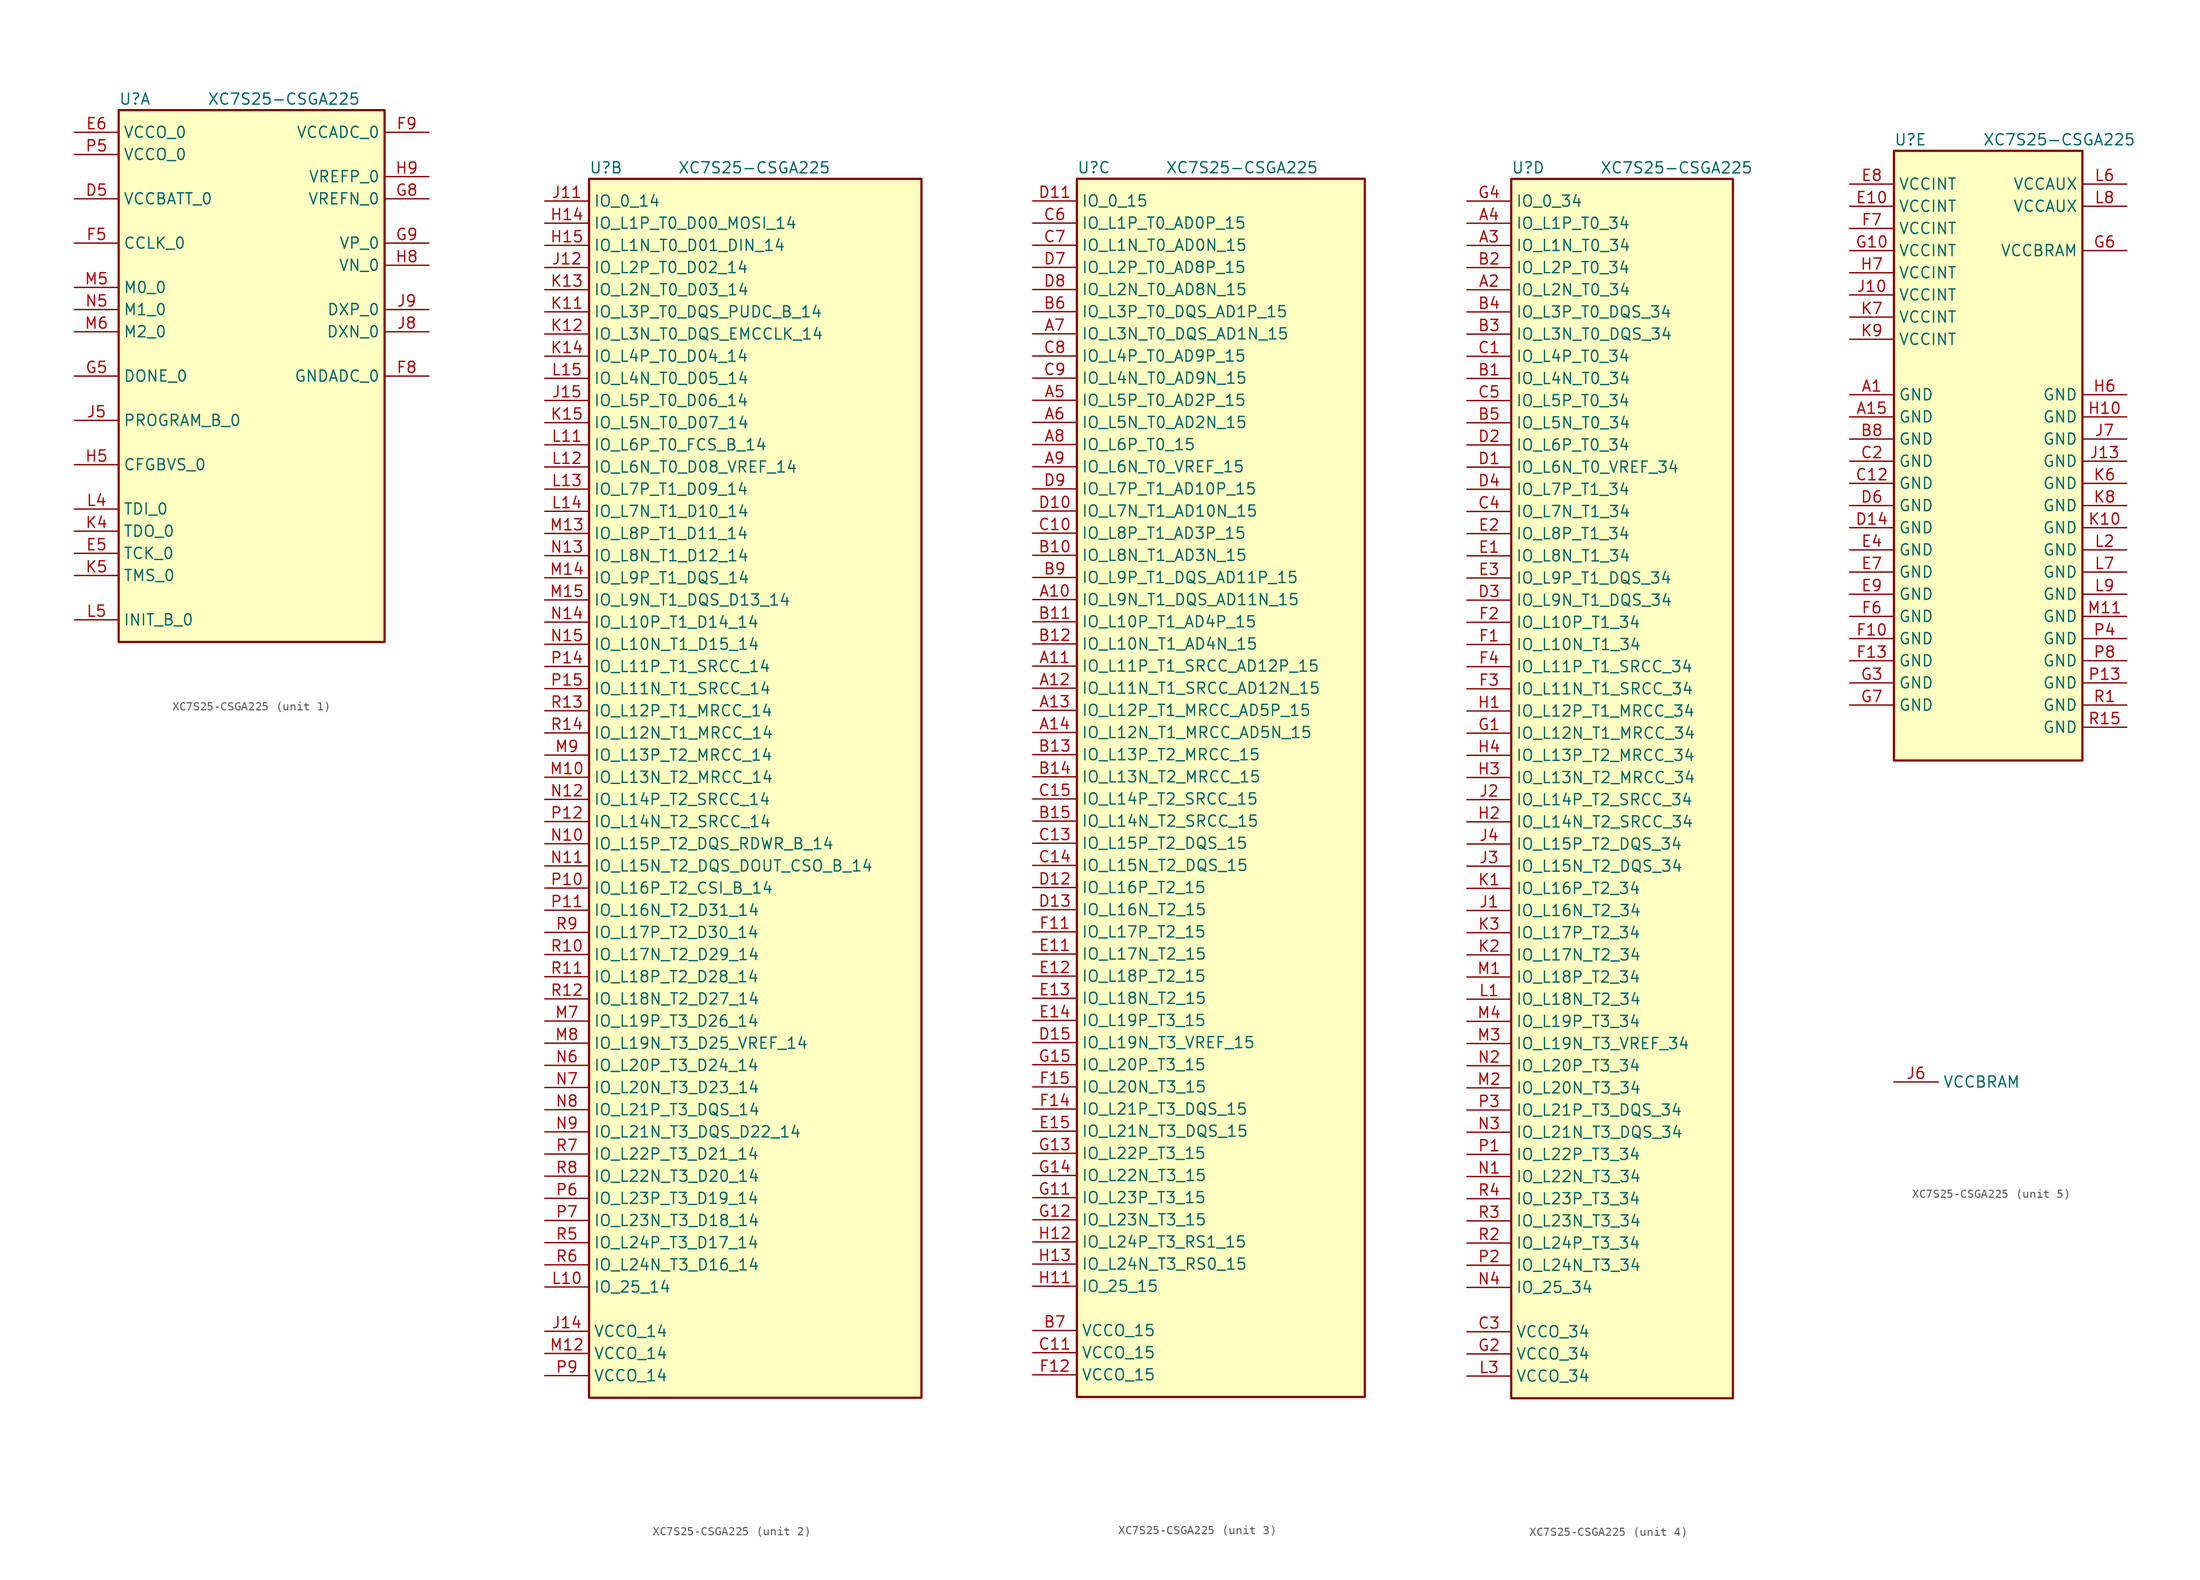
<source format=kicad_sym>
(kicad_symbol_lib
  (version 20220914)
  (generator kicad_symbol_editor)
  (symbol "XC7S25-CSGA225"
    (property "Reference" "U"
      (at 0 1.27 0)
      (effects (font (size 1.27 1.27)) (justify left)))
    (property "Value" "XC7S25-CSGA225"
      (at 10.16 1.27 0)
      (effects (font (size 1.27 1.27)) (justify left)))
    (property "ki_locked" ""
      (at 0 0 0)
      (effects (font (size 1.27 1.27))))
    (symbol "XC7S25-CSGA225_1_1"
      (rectangle (start 0 0) (end 30.48 -60.96) (stroke (width 0.254) (type solid)) (fill (type background)))
      (pin power_in line (at -5.08 -10.16 0) (length 5.08) (name "VCCBATT_0" (effects (font (size 1.27 1.27)))) (number "D5" (effects (font (size 1.27 1.27)))))
      (pin input line (at -5.08 -50.8 0) (length 5.08) (name "TCK_0" (effects (font (size 1.27 1.27)))) (number "E5" (effects (font (size 1.27 1.27)))))
      (pin power_in line (at -5.08 -2.54 0) (length 5.08) (name "VCCO_0" (effects (font (size 1.27 1.27)))) (number "E6" (effects (font (size 1.27 1.27)))))
      (pin input line (at -5.08 -15.24 0) (length 5.08) (name "CCLK_0" (effects (font (size 1.27 1.27)))) (number "F5" (effects (font (size 1.27 1.27)))))
      (pin power_in line (at 35.56 -30.48 180) (length 5.08) (name "GNDADC_0" (effects (font (size 1.27 1.27)))) (number "F8" (effects (font (size 1.27 1.27)))))
      (pin power_in line (at 35.56 -2.54 180) (length 5.08) (name "VCCADC_0" (effects (font (size 1.27 1.27)))) (number "F9" (effects (font (size 1.27 1.27)))))
      (pin output line (at -5.08 -30.48 0) (length 5.08) (name "DONE_0" (effects (font (size 1.27 1.27)))) (number "G5" (effects (font (size 1.27 1.27)))))
      (pin input line (at 35.56 -10.16 180) (length 5.08) (name "VREFN_0" (effects (font (size 1.27 1.27)))) (number "G8" (effects (font (size 1.27 1.27)))))
      (pin input line (at 35.56 -15.24 180) (length 5.08) (name "VP_0" (effects (font (size 1.27 1.27)))) (number "G9" (effects (font (size 1.27 1.27)))))
      (pin input line (at -5.08 -40.64 0) (length 5.08) (name "CFGBVS_0" (effects (font (size 1.27 1.27)))) (number "H5" (effects (font (size 1.27 1.27)))))
      (pin input line (at 35.56 -17.78 180) (length 5.08) (name "VN_0" (effects (font (size 1.27 1.27)))) (number "H8" (effects (font (size 1.27 1.27)))))
      (pin input line (at 35.56 -7.62 180) (length 5.08) (name "VREFP_0" (effects (font (size 1.27 1.27)))) (number "H9" (effects (font (size 1.27 1.27)))))
      (pin input line (at -5.08 -35.56 0) (length 5.08) (name "PROGRAM_B_0" (effects (font (size 1.27 1.27)))) (number "J5" (effects (font (size 1.27 1.27)))))
      (pin passive line (at 35.56 -25.4 180) (length 5.08) (name "DXN_0" (effects (font (size 1.27 1.27)))) (number "J8" (effects (font (size 1.27 1.27)))))
      (pin passive line (at 35.56 -22.86 180) (length 5.08) (name "DXP_0" (effects (font (size 1.27 1.27)))) (number "J9" (effects (font (size 1.27 1.27)))))
      (pin output line (at -5.08 -48.26 0) (length 5.08) (name "TDO_0" (effects (font (size 1.27 1.27)))) (number "K4" (effects (font (size 1.27 1.27)))))
      (pin input line (at -5.08 -53.34 0) (length 5.08) (name "TMS_0" (effects (font (size 1.27 1.27)))) (number "K5" (effects (font (size 1.27 1.27)))))
      (pin input line (at -5.08 -45.72 0) (length 5.08) (name "TDI_0" (effects (font (size 1.27 1.27)))) (number "L4" (effects (font (size 1.27 1.27)))))
      (pin input line (at -5.08 -58.42 0) (length 5.08) (name "INIT_B_0" (effects (font (size 1.27 1.27)))) (number "L5" (effects (font (size 1.27 1.27)))))
      (pin input line (at -5.08 -20.32 0) (length 5.08) (name "M0_0" (effects (font (size 1.27 1.27)))) (number "M5" (effects (font (size 1.27 1.27)))))
      (pin input line (at -5.08 -25.4 0) (length 5.08) (name "M2_0" (effects (font (size 1.27 1.27)))) (number "M6" (effects (font (size 1.27 1.27)))))
      (pin input line (at -5.08 -22.86 0) (length 5.08) (name "M1_0" (effects (font (size 1.27 1.27)))) (number "N5" (effects (font (size 1.27 1.27)))))
      (pin power_in line (at -5.08 -5.08 0) (length 5.08) (name "VCCO_0" (effects (font (size 1.27 1.27)))) (number "P5" (effects (font (size 1.27 1.27))))))
    (symbol "XC7S25-CSGA225_2_1"
      (rectangle (start 0 0) (end 38.1 -139.7) (stroke (width 0.254) (type solid)) (fill (type background)))
      (pin bidirectional line (at -5.08 -5.08 0) (length 5.08) (name "IO_L1P_T0_D00_MOSI_14" (effects (font (size 1.27 1.27)))) (number "H14" (effects (font (size 1.27 1.27)))))
      (pin bidirectional line (at -5.08 -7.62 0) (length 5.08) (name "IO_L1N_T0_D01_DIN_14" (effects (font (size 1.27 1.27)))) (number "H15" (effects (font (size 1.27 1.27)))))
      (pin bidirectional line (at -5.08 -2.54 0) (length 5.08) (name "IO_0_14" (effects (font (size 1.27 1.27)))) (number "J11" (effects (font (size 1.27 1.27)))))
      (pin bidirectional line (at -5.08 -10.16 0) (length 5.08) (name "IO_L2P_T0_D02_14" (effects (font (size 1.27 1.27)))) (number "J12" (effects (font (size 1.27 1.27)))))
      (pin power_in line (at -5.08 -132.08 0) (length 5.08) (name "VCCO_14" (effects (font (size 1.27 1.27)))) (number "J14" (effects (font (size 1.27 1.27)))))
      (pin bidirectional line (at -5.08 -25.4 0) (length 5.08) (name "IO_L5P_T0_D06_14" (effects (font (size 1.27 1.27)))) (number "J15" (effects (font (size 1.27 1.27)))))
      (pin bidirectional line (at -5.08 -15.24 0) (length 5.08) (name "IO_L3P_T0_DQS_PUDC_B_14" (effects (font (size 1.27 1.27)))) (number "K11" (effects (font (size 1.27 1.27)))))
      (pin bidirectional line (at -5.08 -17.78 0) (length 5.08) (name "IO_L3N_T0_DQS_EMCCLK_14" (effects (font (size 1.27 1.27)))) (number "K12" (effects (font (size 1.27 1.27)))))
      (pin bidirectional line (at -5.08 -12.7 0) (length 5.08) (name "IO_L2N_T0_D03_14" (effects (font (size 1.27 1.27)))) (number "K13" (effects (font (size 1.27 1.27)))))
      (pin bidirectional line (at -5.08 -20.32 0) (length 5.08) (name "IO_L4P_T0_D04_14" (effects (font (size 1.27 1.27)))) (number "K14" (effects (font (size 1.27 1.27)))))
      (pin bidirectional line (at -5.08 -27.94 0) (length 5.08) (name "IO_L5N_T0_D07_14" (effects (font (size 1.27 1.27)))) (number "K15" (effects (font (size 1.27 1.27)))))
      (pin bidirectional line (at -5.08 -127 0) (length 5.08) (name "IO_25_14" (effects (font (size 1.27 1.27)))) (number "L10" (effects (font (size 1.27 1.27)))))
      (pin bidirectional line (at -5.08 -30.48 0) (length 5.08) (name "IO_L6P_T0_FCS_B_14" (effects (font (size 1.27 1.27)))) (number "L11" (effects (font (size 1.27 1.27)))))
      (pin bidirectional line (at -5.08 -33.02 0) (length 5.08) (name "IO_L6N_T0_D08_VREF_14" (effects (font (size 1.27 1.27)))) (number "L12" (effects (font (size 1.27 1.27)))))
      (pin bidirectional line (at -5.08 -35.56 0) (length 5.08) (name "IO_L7P_T1_D09_14" (effects (font (size 1.27 1.27)))) (number "L13" (effects (font (size 1.27 1.27)))))
      (pin bidirectional line (at -5.08 -38.1 0) (length 5.08) (name "IO_L7N_T1_D10_14" (effects (font (size 1.27 1.27)))) (number "L14" (effects (font (size 1.27 1.27)))))
      (pin bidirectional line (at -5.08 -22.86 0) (length 5.08) (name "IO_L4N_T0_D05_14" (effects (font (size 1.27 1.27)))) (number "L15" (effects (font (size 1.27 1.27)))))
      (pin bidirectional line (at -5.08 -68.58 0) (length 5.08) (name "IO_L13N_T2_MRCC_14" (effects (font (size 1.27 1.27)))) (number "M10" (effects (font (size 1.27 1.27)))))
      (pin power_in line (at -5.08 -134.62 0) (length 5.08) (name "VCCO_14" (effects (font (size 1.27 1.27)))) (number "M12" (effects (font (size 1.27 1.27)))))
      (pin bidirectional line (at -5.08 -40.64 0) (length 5.08) (name "IO_L8P_T1_D11_14" (effects (font (size 1.27 1.27)))) (number "M13" (effects (font (size 1.27 1.27)))))
      (pin bidirectional line (at -5.08 -45.72 0) (length 5.08) (name "IO_L9P_T1_DQS_14" (effects (font (size 1.27 1.27)))) (number "M14" (effects (font (size 1.27 1.27)))))
      (pin bidirectional line (at -5.08 -48.26 0) (length 5.08) (name "IO_L9N_T1_DQS_D13_14" (effects (font (size 1.27 1.27)))) (number "M15" (effects (font (size 1.27 1.27)))))
      (pin bidirectional line (at -5.08 -96.52 0) (length 5.08) (name "IO_L19P_T3_D26_14" (effects (font (size 1.27 1.27)))) (number "M7" (effects (font (size 1.27 1.27)))))
      (pin bidirectional line (at -5.08 -99.06 0) (length 5.08) (name "IO_L19N_T3_D25_VREF_14" (effects (font (size 1.27 1.27)))) (number "M8" (effects (font (size 1.27 1.27)))))
      (pin bidirectional line (at -5.08 -66.04 0) (length 5.08) (name "IO_L13P_T2_MRCC_14" (effects (font (size 1.27 1.27)))) (number "M9" (effects (font (size 1.27 1.27)))))
      (pin bidirectional line (at -5.08 -76.2 0) (length 5.08) (name "IO_L15P_T2_DQS_RDWR_B_14" (effects (font (size 1.27 1.27)))) (number "N10" (effects (font (size 1.27 1.27)))))
      (pin bidirectional line (at -5.08 -78.74 0) (length 5.08) (name "IO_L15N_T2_DQS_DOUT_CSO_B_14" (effects (font (size 1.27 1.27)))) (number "N11" (effects (font (size 1.27 1.27)))))
      (pin bidirectional line (at -5.08 -71.12 0) (length 5.08) (name "IO_L14P_T2_SRCC_14" (effects (font (size 1.27 1.27)))) (number "N12" (effects (font (size 1.27 1.27)))))
      (pin bidirectional line (at -5.08 -43.18 0) (length 5.08) (name "IO_L8N_T1_D12_14" (effects (font (size 1.27 1.27)))) (number "N13" (effects (font (size 1.27 1.27)))))
      (pin bidirectional line (at -5.08 -50.8 0) (length 5.08) (name "IO_L10P_T1_D14_14" (effects (font (size 1.27 1.27)))) (number "N14" (effects (font (size 1.27 1.27)))))
      (pin bidirectional line (at -5.08 -53.34 0) (length 5.08) (name "IO_L10N_T1_D15_14" (effects (font (size 1.27 1.27)))) (number "N15" (effects (font (size 1.27 1.27)))))
      (pin bidirectional line (at -5.08 -101.6 0) (length 5.08) (name "IO_L20P_T3_D24_14" (effects (font (size 1.27 1.27)))) (number "N6" (effects (font (size 1.27 1.27)))))
      (pin bidirectional line (at -5.08 -104.14 0) (length 5.08) (name "IO_L20N_T3_D23_14" (effects (font (size 1.27 1.27)))) (number "N7" (effects (font (size 1.27 1.27)))))
      (pin bidirectional line (at -5.08 -106.68 0) (length 5.08) (name "IO_L21P_T3_DQS_14" (effects (font (size 1.27 1.27)))) (number "N8" (effects (font (size 1.27 1.27)))))
      (pin bidirectional line (at -5.08 -109.22 0) (length 5.08) (name "IO_L21N_T3_DQS_D22_14" (effects (font (size 1.27 1.27)))) (number "N9" (effects (font (size 1.27 1.27)))))
      (pin bidirectional line (at -5.08 -81.28 0) (length 5.08) (name "IO_L16P_T2_CSI_B_14" (effects (font (size 1.27 1.27)))) (number "P10" (effects (font (size 1.27 1.27)))))
      (pin bidirectional line (at -5.08 -83.82 0) (length 5.08) (name "IO_L16N_T2_D31_14" (effects (font (size 1.27 1.27)))) (number "P11" (effects (font (size 1.27 1.27)))))
      (pin bidirectional line (at -5.08 -73.66 0) (length 5.08) (name "IO_L14N_T2_SRCC_14" (effects (font (size 1.27 1.27)))) (number "P12" (effects (font (size 1.27 1.27)))))
      (pin bidirectional line (at -5.08 -55.88 0) (length 5.08) (name "IO_L11P_T1_SRCC_14" (effects (font (size 1.27 1.27)))) (number "P14" (effects (font (size 1.27 1.27)))))
      (pin bidirectional line (at -5.08 -58.42 0) (length 5.08) (name "IO_L11N_T1_SRCC_14" (effects (font (size 1.27 1.27)))) (number "P15" (effects (font (size 1.27 1.27)))))
      (pin bidirectional line (at -5.08 -116.84 0) (length 5.08) (name "IO_L23P_T3_D19_14" (effects (font (size 1.27 1.27)))) (number "P6" (effects (font (size 1.27 1.27)))))
      (pin bidirectional line (at -5.08 -119.38 0) (length 5.08) (name "IO_L23N_T3_D18_14" (effects (font (size 1.27 1.27)))) (number "P7" (effects (font (size 1.27 1.27)))))
      (pin power_in line (at -5.08 -137.16 0) (length 5.08) (name "VCCO_14" (effects (font (size 1.27 1.27)))) (number "P9" (effects (font (size 1.27 1.27)))))
      (pin bidirectional line (at -5.08 -88.9 0) (length 5.08) (name "IO_L17N_T2_D29_14" (effects (font (size 1.27 1.27)))) (number "R10" (effects (font (size 1.27 1.27)))))
      (pin bidirectional line (at -5.08 -91.44 0) (length 5.08) (name "IO_L18P_T2_D28_14" (effects (font (size 1.27 1.27)))) (number "R11" (effects (font (size 1.27 1.27)))))
      (pin bidirectional line (at -5.08 -93.98 0) (length 5.08) (name "IO_L18N_T2_D27_14" (effects (font (size 1.27 1.27)))) (number "R12" (effects (font (size 1.27 1.27)))))
      (pin bidirectional line (at -5.08 -60.96 0) (length 5.08) (name "IO_L12P_T1_MRCC_14" (effects (font (size 1.27 1.27)))) (number "R13" (effects (font (size 1.27 1.27)))))
      (pin bidirectional line (at -5.08 -63.5 0) (length 5.08) (name "IO_L12N_T1_MRCC_14" (effects (font (size 1.27 1.27)))) (number "R14" (effects (font (size 1.27 1.27)))))
      (pin bidirectional line (at -5.08 -121.92 0) (length 5.08) (name "IO_L24P_T3_D17_14" (effects (font (size 1.27 1.27)))) (number "R5" (effects (font (size 1.27 1.27)))))
      (pin bidirectional line (at -5.08 -124.46 0) (length 5.08) (name "IO_L24N_T3_D16_14" (effects (font (size 1.27 1.27)))) (number "R6" (effects (font (size 1.27 1.27)))))
      (pin bidirectional line (at -5.08 -111.76 0) (length 5.08) (name "IO_L22P_T3_D21_14" (effects (font (size 1.27 1.27)))) (number "R7" (effects (font (size 1.27 1.27)))))
      (pin bidirectional line (at -5.08 -114.3 0) (length 5.08) (name "IO_L22N_T3_D20_14" (effects (font (size 1.27 1.27)))) (number "R8" (effects (font (size 1.27 1.27)))))
      (pin bidirectional line (at -5.08 -86.36 0) (length 5.08) (name "IO_L17P_T2_D30_14" (effects (font (size 1.27 1.27)))) (number "R9" (effects (font (size 1.27 1.27))))))
    (symbol "XC7S25-CSGA225_3_1"
      (rectangle (start 0 0) (end 33.02 -139.7) (stroke (width 0.254) (type solid)) (fill (type background)))
      (pin bidirectional line (at -5.08 -48.26 0) (length 5.08) (name "IO_L9N_T1_DQS_AD11N_15" (effects (font (size 1.27 1.27)))) (number "A10" (effects (font (size 1.27 1.27)))))
      (pin bidirectional line (at -5.08 -55.88 0) (length 5.08) (name "IO_L11P_T1_SRCC_AD12P_15" (effects (font (size 1.27 1.27)))) (number "A11" (effects (font (size 1.27 1.27)))))
      (pin bidirectional line (at -5.08 -58.42 0) (length 5.08) (name "IO_L11N_T1_SRCC_AD12N_15" (effects (font (size 1.27 1.27)))) (number "A12" (effects (font (size 1.27 1.27)))))
      (pin bidirectional line (at -5.08 -60.96 0) (length 5.08) (name "IO_L12P_T1_MRCC_AD5P_15" (effects (font (size 1.27 1.27)))) (number "A13" (effects (font (size 1.27 1.27)))))
      (pin bidirectional line (at -5.08 -63.5 0) (length 5.08) (name "IO_L12N_T1_MRCC_AD5N_15" (effects (font (size 1.27 1.27)))) (number "A14" (effects (font (size 1.27 1.27)))))
      (pin bidirectional line (at -5.08 -25.4 0) (length 5.08) (name "IO_L5P_T0_AD2P_15" (effects (font (size 1.27 1.27)))) (number "A5" (effects (font (size 1.27 1.27)))))
      (pin bidirectional line (at -5.08 -27.94 0) (length 5.08) (name "IO_L5N_T0_AD2N_15" (effects (font (size 1.27 1.27)))) (number "A6" (effects (font (size 1.27 1.27)))))
      (pin bidirectional line (at -5.08 -17.78 0) (length 5.08) (name "IO_L3N_T0_DQS_AD1N_15" (effects (font (size 1.27 1.27)))) (number "A7" (effects (font (size 1.27 1.27)))))
      (pin bidirectional line (at -5.08 -30.48 0) (length 5.08) (name "IO_L6P_T0_15" (effects (font (size 1.27 1.27)))) (number "A8" (effects (font (size 1.27 1.27)))))
      (pin bidirectional line (at -5.08 -33.02 0) (length 5.08) (name "IO_L6N_T0_VREF_15" (effects (font (size 1.27 1.27)))) (number "A9" (effects (font (size 1.27 1.27)))))
      (pin bidirectional line (at -5.08 -43.18 0) (length 5.08) (name "IO_L8N_T1_AD3N_15" (effects (font (size 1.27 1.27)))) (number "B10" (effects (font (size 1.27 1.27)))))
      (pin bidirectional line (at -5.08 -50.8 0) (length 5.08) (name "IO_L10P_T1_AD4P_15" (effects (font (size 1.27 1.27)))) (number "B11" (effects (font (size 1.27 1.27)))))
      (pin bidirectional line (at -5.08 -53.34 0) (length 5.08) (name "IO_L10N_T1_AD4N_15" (effects (font (size 1.27 1.27)))) (number "B12" (effects (font (size 1.27 1.27)))))
      (pin bidirectional line (at -5.08 -66.04 0) (length 5.08) (name "IO_L13P_T2_MRCC_15" (effects (font (size 1.27 1.27)))) (number "B13" (effects (font (size 1.27 1.27)))))
      (pin bidirectional line (at -5.08 -68.58 0) (length 5.08) (name "IO_L13N_T2_MRCC_15" (effects (font (size 1.27 1.27)))) (number "B14" (effects (font (size 1.27 1.27)))))
      (pin bidirectional line (at -5.08 -73.66 0) (length 5.08) (name "IO_L14N_T2_SRCC_15" (effects (font (size 1.27 1.27)))) (number "B15" (effects (font (size 1.27 1.27)))))
      (pin bidirectional line (at -5.08 -15.24 0) (length 5.08) (name "IO_L3P_T0_DQS_AD1P_15" (effects (font (size 1.27 1.27)))) (number "B6" (effects (font (size 1.27 1.27)))))
      (pin power_in line (at -5.08 -132.08 0) (length 5.08) (name "VCCO_15" (effects (font (size 1.27 1.27)))) (number "B7" (effects (font (size 1.27 1.27)))))
      (pin bidirectional line (at -5.08 -45.72 0) (length 5.08) (name "IO_L9P_T1_DQS_AD11P_15" (effects (font (size 1.27 1.27)))) (number "B9" (effects (font (size 1.27 1.27)))))
      (pin bidirectional line (at -5.08 -40.64 0) (length 5.08) (name "IO_L8P_T1_AD3P_15" (effects (font (size 1.27 1.27)))) (number "C10" (effects (font (size 1.27 1.27)))))
      (pin power_in line (at -5.08 -134.62 0) (length 5.08) (name "VCCO_15" (effects (font (size 1.27 1.27)))) (number "C11" (effects (font (size 1.27 1.27)))))
      (pin bidirectional line (at -5.08 -76.2 0) (length 5.08) (name "IO_L15P_T2_DQS_15" (effects (font (size 1.27 1.27)))) (number "C13" (effects (font (size 1.27 1.27)))))
      (pin bidirectional line (at -5.08 -78.74 0) (length 5.08) (name "IO_L15N_T2_DQS_15" (effects (font (size 1.27 1.27)))) (number "C14" (effects (font (size 1.27 1.27)))))
      (pin bidirectional line (at -5.08 -71.12 0) (length 5.08) (name "IO_L14P_T2_SRCC_15" (effects (font (size 1.27 1.27)))) (number "C15" (effects (font (size 1.27 1.27)))))
      (pin bidirectional line (at -5.08 -5.08 0) (length 5.08) (name "IO_L1P_T0_AD0P_15" (effects (font (size 1.27 1.27)))) (number "C6" (effects (font (size 1.27 1.27)))))
      (pin bidirectional line (at -5.08 -7.62 0) (length 5.08) (name "IO_L1N_T0_AD0N_15" (effects (font (size 1.27 1.27)))) (number "C7" (effects (font (size 1.27 1.27)))))
      (pin bidirectional line (at -5.08 -20.32 0) (length 5.08) (name "IO_L4P_T0_AD9P_15" (effects (font (size 1.27 1.27)))) (number "C8" (effects (font (size 1.27 1.27)))))
      (pin bidirectional line (at -5.08 -22.86 0) (length 5.08) (name "IO_L4N_T0_AD9N_15" (effects (font (size 1.27 1.27)))) (number "C9" (effects (font (size 1.27 1.27)))))
      (pin bidirectional line (at -5.08 -38.1 0) (length 5.08) (name "IO_L7N_T1_AD10N_15" (effects (font (size 1.27 1.27)))) (number "D10" (effects (font (size 1.27 1.27)))))
      (pin bidirectional line (at -5.08 -2.54 0) (length 5.08) (name "IO_0_15" (effects (font (size 1.27 1.27)))) (number "D11" (effects (font (size 1.27 1.27)))))
      (pin bidirectional line (at -5.08 -81.28 0) (length 5.08) (name "IO_L16P_T2_15" (effects (font (size 1.27 1.27)))) (number "D12" (effects (font (size 1.27 1.27)))))
      (pin bidirectional line (at -5.08 -83.82 0) (length 5.08) (name "IO_L16N_T2_15" (effects (font (size 1.27 1.27)))) (number "D13" (effects (font (size 1.27 1.27)))))
      (pin bidirectional line (at -5.08 -99.06 0) (length 5.08) (name "IO_L19N_T3_VREF_15" (effects (font (size 1.27 1.27)))) (number "D15" (effects (font (size 1.27 1.27)))))
      (pin bidirectional line (at -5.08 -10.16 0) (length 5.08) (name "IO_L2P_T0_AD8P_15" (effects (font (size 1.27 1.27)))) (number "D7" (effects (font (size 1.27 1.27)))))
      (pin bidirectional line (at -5.08 -12.7 0) (length 5.08) (name "IO_L2N_T0_AD8N_15" (effects (font (size 1.27 1.27)))) (number "D8" (effects (font (size 1.27 1.27)))))
      (pin bidirectional line (at -5.08 -35.56 0) (length 5.08) (name "IO_L7P_T1_AD10P_15" (effects (font (size 1.27 1.27)))) (number "D9" (effects (font (size 1.27 1.27)))))
      (pin bidirectional line (at -5.08 -88.9 0) (length 5.08) (name "IO_L17N_T2_15" (effects (font (size 1.27 1.27)))) (number "E11" (effects (font (size 1.27 1.27)))))
      (pin bidirectional line (at -5.08 -91.44 0) (length 5.08) (name "IO_L18P_T2_15" (effects (font (size 1.27 1.27)))) (number "E12" (effects (font (size 1.27 1.27)))))
      (pin bidirectional line (at -5.08 -93.98 0) (length 5.08) (name "IO_L18N_T2_15" (effects (font (size 1.27 1.27)))) (number "E13" (effects (font (size 1.27 1.27)))))
      (pin bidirectional line (at -5.08 -96.52 0) (length 5.08) (name "IO_L19P_T3_15" (effects (font (size 1.27 1.27)))) (number "E14" (effects (font (size 1.27 1.27)))))
      (pin bidirectional line (at -5.08 -109.22 0) (length 5.08) (name "IO_L21N_T3_DQS_15" (effects (font (size 1.27 1.27)))) (number "E15" (effects (font (size 1.27 1.27)))))
      (pin bidirectional line (at -5.08 -86.36 0) (length 5.08) (name "IO_L17P_T2_15" (effects (font (size 1.27 1.27)))) (number "F11" (effects (font (size 1.27 1.27)))))
      (pin power_in line (at -5.08 -137.16 0) (length 5.08) (name "VCCO_15" (effects (font (size 1.27 1.27)))) (number "F12" (effects (font (size 1.27 1.27)))))
      (pin bidirectional line (at -5.08 -106.68 0) (length 5.08) (name "IO_L21P_T3_DQS_15" (effects (font (size 1.27 1.27)))) (number "F14" (effects (font (size 1.27 1.27)))))
      (pin bidirectional line (at -5.08 -104.14 0) (length 5.08) (name "IO_L20N_T3_15" (effects (font (size 1.27 1.27)))) (number "F15" (effects (font (size 1.27 1.27)))))
      (pin bidirectional line (at -5.08 -116.84 0) (length 5.08) (name "IO_L23P_T3_15" (effects (font (size 1.27 1.27)))) (number "G11" (effects (font (size 1.27 1.27)))))
      (pin bidirectional line (at -5.08 -119.38 0) (length 5.08) (name "IO_L23N_T3_15" (effects (font (size 1.27 1.27)))) (number "G12" (effects (font (size 1.27 1.27)))))
      (pin bidirectional line (at -5.08 -111.76 0) (length 5.08) (name "IO_L22P_T3_15" (effects (font (size 1.27 1.27)))) (number "G13" (effects (font (size 1.27 1.27)))))
      (pin bidirectional line (at -5.08 -114.3 0) (length 5.08) (name "IO_L22N_T3_15" (effects (font (size 1.27 1.27)))) (number "G14" (effects (font (size 1.27 1.27)))))
      (pin bidirectional line (at -5.08 -101.6 0) (length 5.08) (name "IO_L20P_T3_15" (effects (font (size 1.27 1.27)))) (number "G15" (effects (font (size 1.27 1.27)))))
      (pin bidirectional line (at -5.08 -127 0) (length 5.08) (name "IO_25_15" (effects (font (size 1.27 1.27)))) (number "H11" (effects (font (size 1.27 1.27)))))
      (pin bidirectional line (at -5.08 -121.92 0) (length 5.08) (name "IO_L24P_T3_RS1_15" (effects (font (size 1.27 1.27)))) (number "H12" (effects (font (size 1.27 1.27)))))
      (pin bidirectional line (at -5.08 -124.46 0) (length 5.08) (name "IO_L24N_T3_RS0_15" (effects (font (size 1.27 1.27)))) (number "H13" (effects (font (size 1.27 1.27))))))
    (symbol "XC7S25-CSGA225_4_1"
      (rectangle (start 0 0) (end 25.4 -139.7) (stroke (width 0.254) (type solid)) (fill (type background)))
      (pin bidirectional line (at -5.08 -12.7 0) (length 5.08) (name "IO_L2N_T0_34" (effects (font (size 1.27 1.27)))) (number "A2" (effects (font (size 1.27 1.27)))))
      (pin bidirectional line (at -5.08 -7.62 0) (length 5.08) (name "IO_L1N_T0_34" (effects (font (size 1.27 1.27)))) (number "A3" (effects (font (size 1.27 1.27)))))
      (pin bidirectional line (at -5.08 -5.08 0) (length 5.08) (name "IO_L1P_T0_34" (effects (font (size 1.27 1.27)))) (number "A4" (effects (font (size 1.27 1.27)))))
      (pin bidirectional line (at -5.08 -22.86 0) (length 5.08) (name "IO_L4N_T0_34" (effects (font (size 1.27 1.27)))) (number "B1" (effects (font (size 1.27 1.27)))))
      (pin bidirectional line (at -5.08 -10.16 0) (length 5.08) (name "IO_L2P_T0_34" (effects (font (size 1.27 1.27)))) (number "B2" (effects (font (size 1.27 1.27)))))
      (pin bidirectional line (at -5.08 -17.78 0) (length 5.08) (name "IO_L3N_T0_DQS_34" (effects (font (size 1.27 1.27)))) (number "B3" (effects (font (size 1.27 1.27)))))
      (pin bidirectional line (at -5.08 -15.24 0) (length 5.08) (name "IO_L3P_T0_DQS_34" (effects (font (size 1.27 1.27)))) (number "B4" (effects (font (size 1.27 1.27)))))
      (pin bidirectional line (at -5.08 -27.94 0) (length 5.08) (name "IO_L5N_T0_34" (effects (font (size 1.27 1.27)))) (number "B5" (effects (font (size 1.27 1.27)))))
      (pin bidirectional line (at -5.08 -20.32 0) (length 5.08) (name "IO_L4P_T0_34" (effects (font (size 1.27 1.27)))) (number "C1" (effects (font (size 1.27 1.27)))))
      (pin power_in line (at -5.08 -132.08 0) (length 5.08) (name "VCCO_34" (effects (font (size 1.27 1.27)))) (number "C3" (effects (font (size 1.27 1.27)))))
      (pin bidirectional line (at -5.08 -38.1 0) (length 5.08) (name "IO_L7N_T1_34" (effects (font (size 1.27 1.27)))) (number "C4" (effects (font (size 1.27 1.27)))))
      (pin bidirectional line (at -5.08 -25.4 0) (length 5.08) (name "IO_L5P_T0_34" (effects (font (size 1.27 1.27)))) (number "C5" (effects (font (size 1.27 1.27)))))
      (pin bidirectional line (at -5.08 -33.02 0) (length 5.08) (name "IO_L6N_T0_VREF_34" (effects (font (size 1.27 1.27)))) (number "D1" (effects (font (size 1.27 1.27)))))
      (pin bidirectional line (at -5.08 -30.48 0) (length 5.08) (name "IO_L6P_T0_34" (effects (font (size 1.27 1.27)))) (number "D2" (effects (font (size 1.27 1.27)))))
      (pin bidirectional line (at -5.08 -48.26 0) (length 5.08) (name "IO_L9N_T1_DQS_34" (effects (font (size 1.27 1.27)))) (number "D3" (effects (font (size 1.27 1.27)))))
      (pin bidirectional line (at -5.08 -35.56 0) (length 5.08) (name "IO_L7P_T1_34" (effects (font (size 1.27 1.27)))) (number "D4" (effects (font (size 1.27 1.27)))))
      (pin bidirectional line (at -5.08 -43.18 0) (length 5.08) (name "IO_L8N_T1_34" (effects (font (size 1.27 1.27)))) (number "E1" (effects (font (size 1.27 1.27)))))
      (pin bidirectional line (at -5.08 -40.64 0) (length 5.08) (name "IO_L8P_T1_34" (effects (font (size 1.27 1.27)))) (number "E2" (effects (font (size 1.27 1.27)))))
      (pin bidirectional line (at -5.08 -45.72 0) (length 5.08) (name "IO_L9P_T1_DQS_34" (effects (font (size 1.27 1.27)))) (number "E3" (effects (font (size 1.27 1.27)))))
      (pin bidirectional line (at -5.08 -53.34 0) (length 5.08) (name "IO_L10N_T1_34" (effects (font (size 1.27 1.27)))) (number "F1" (effects (font (size 1.27 1.27)))))
      (pin bidirectional line (at -5.08 -50.8 0) (length 5.08) (name "IO_L10P_T1_34" (effects (font (size 1.27 1.27)))) (number "F2" (effects (font (size 1.27 1.27)))))
      (pin bidirectional line (at -5.08 -58.42 0) (length 5.08) (name "IO_L11N_T1_SRCC_34" (effects (font (size 1.27 1.27)))) (number "F3" (effects (font (size 1.27 1.27)))))
      (pin bidirectional line (at -5.08 -55.88 0) (length 5.08) (name "IO_L11P_T1_SRCC_34" (effects (font (size 1.27 1.27)))) (number "F4" (effects (font (size 1.27 1.27)))))
      (pin bidirectional line (at -5.08 -63.5 0) (length 5.08) (name "IO_L12N_T1_MRCC_34" (effects (font (size 1.27 1.27)))) (number "G1" (effects (font (size 1.27 1.27)))))
      (pin power_in line (at -5.08 -134.62 0) (length 5.08) (name "VCCO_34" (effects (font (size 1.27 1.27)))) (number "G2" (effects (font (size 1.27 1.27)))))
      (pin bidirectional line (at -5.08 -2.54 0) (length 5.08) (name "IO_0_34" (effects (font (size 1.27 1.27)))) (number "G4" (effects (font (size 1.27 1.27)))))
      (pin bidirectional line (at -5.08 -60.96 0) (length 5.08) (name "IO_L12P_T1_MRCC_34" (effects (font (size 1.27 1.27)))) (number "H1" (effects (font (size 1.27 1.27)))))
      (pin bidirectional line (at -5.08 -73.66 0) (length 5.08) (name "IO_L14N_T2_SRCC_34" (effects (font (size 1.27 1.27)))) (number "H2" (effects (font (size 1.27 1.27)))))
      (pin bidirectional line (at -5.08 -68.58 0) (length 5.08) (name "IO_L13N_T2_MRCC_34" (effects (font (size 1.27 1.27)))) (number "H3" (effects (font (size 1.27 1.27)))))
      (pin bidirectional line (at -5.08 -66.04 0) (length 5.08) (name "IO_L13P_T2_MRCC_34" (effects (font (size 1.27 1.27)))) (number "H4" (effects (font (size 1.27 1.27)))))
      (pin bidirectional line (at -5.08 -83.82 0) (length 5.08) (name "IO_L16N_T2_34" (effects (font (size 1.27 1.27)))) (number "J1" (effects (font (size 1.27 1.27)))))
      (pin bidirectional line (at -5.08 -71.12 0) (length 5.08) (name "IO_L14P_T2_SRCC_34" (effects (font (size 1.27 1.27)))) (number "J2" (effects (font (size 1.27 1.27)))))
      (pin bidirectional line (at -5.08 -78.74 0) (length 5.08) (name "IO_L15N_T2_DQS_34" (effects (font (size 1.27 1.27)))) (number "J3" (effects (font (size 1.27 1.27)))))
      (pin bidirectional line (at -5.08 -76.2 0) (length 5.08) (name "IO_L15P_T2_DQS_34" (effects (font (size 1.27 1.27)))) (number "J4" (effects (font (size 1.27 1.27)))))
      (pin bidirectional line (at -5.08 -81.28 0) (length 5.08) (name "IO_L16P_T2_34" (effects (font (size 1.27 1.27)))) (number "K1" (effects (font (size 1.27 1.27)))))
      (pin bidirectional line (at -5.08 -88.9 0) (length 5.08) (name "IO_L17N_T2_34" (effects (font (size 1.27 1.27)))) (number "K2" (effects (font (size 1.27 1.27)))))
      (pin bidirectional line (at -5.08 -86.36 0) (length 5.08) (name "IO_L17P_T2_34" (effects (font (size 1.27 1.27)))) (number "K3" (effects (font (size 1.27 1.27)))))
      (pin bidirectional line (at -5.08 -93.98 0) (length 5.08) (name "IO_L18N_T2_34" (effects (font (size 1.27 1.27)))) (number "L1" (effects (font (size 1.27 1.27)))))
      (pin power_in line (at -5.08 -137.16 0) (length 5.08) (name "VCCO_34" (effects (font (size 1.27 1.27)))) (number "L3" (effects (font (size 1.27 1.27)))))
      (pin bidirectional line (at -5.08 -91.44 0) (length 5.08) (name "IO_L18P_T2_34" (effects (font (size 1.27 1.27)))) (number "M1" (effects (font (size 1.27 1.27)))))
      (pin bidirectional line (at -5.08 -104.14 0) (length 5.08) (name "IO_L20N_T3_34" (effects (font (size 1.27 1.27)))) (number "M2" (effects (font (size 1.27 1.27)))))
      (pin bidirectional line (at -5.08 -99.06 0) (length 5.08) (name "IO_L19N_T3_VREF_34" (effects (font (size 1.27 1.27)))) (number "M3" (effects (font (size 1.27 1.27)))))
      (pin bidirectional line (at -5.08 -96.52 0) (length 5.08) (name "IO_L19P_T3_34" (effects (font (size 1.27 1.27)))) (number "M4" (effects (font (size 1.27 1.27)))))
      (pin bidirectional line (at -5.08 -114.3 0) (length 5.08) (name "IO_L22N_T3_34" (effects (font (size 1.27 1.27)))) (number "N1" (effects (font (size 1.27 1.27)))))
      (pin bidirectional line (at -5.08 -101.6 0) (length 5.08) (name "IO_L20P_T3_34" (effects (font (size 1.27 1.27)))) (number "N2" (effects (font (size 1.27 1.27)))))
      (pin bidirectional line (at -5.08 -109.22 0) (length 5.08) (name "IO_L21N_T3_DQS_34" (effects (font (size 1.27 1.27)))) (number "N3" (effects (font (size 1.27 1.27)))))
      (pin bidirectional line (at -5.08 -127 0) (length 5.08) (name "IO_25_34" (effects (font (size 1.27 1.27)))) (number "N4" (effects (font (size 1.27 1.27)))))
      (pin bidirectional line (at -5.08 -111.76 0) (length 5.08) (name "IO_L22P_T3_34" (effects (font (size 1.27 1.27)))) (number "P1" (effects (font (size 1.27 1.27)))))
      (pin bidirectional line (at -5.08 -124.46 0) (length 5.08) (name "IO_L24N_T3_34" (effects (font (size 1.27 1.27)))) (number "P2" (effects (font (size 1.27 1.27)))))
      (pin bidirectional line (at -5.08 -106.68 0) (length 5.08) (name "IO_L21P_T3_DQS_34" (effects (font (size 1.27 1.27)))) (number "P3" (effects (font (size 1.27 1.27)))))
      (pin bidirectional line (at -5.08 -121.92 0) (length 5.08) (name "IO_L24P_T3_34" (effects (font (size 1.27 1.27)))) (number "R2" (effects (font (size 1.27 1.27)))))
      (pin bidirectional line (at -5.08 -119.38 0) (length 5.08) (name "IO_L23N_T3_34" (effects (font (size 1.27 1.27)))) (number "R3" (effects (font (size 1.27 1.27)))))
      (pin bidirectional line (at -5.08 -116.84 0) (length 5.08) (name "IO_L23P_T3_34" (effects (font (size 1.27 1.27)))) (number "R4" (effects (font (size 1.27 1.27))))))
    (symbol "XC7S25-CSGA225_5_1"
      (rectangle (start 0 0) (end 21.59 -69.85) (stroke (width 0.254) (type solid)) (fill (type background)))
      (pin power_in line (at -5.08 -27.94 0) (length 5.08) (name "GND" (effects (font (size 1.27 1.27)))) (number "A1" (effects (font (size 1.27 1.27)))))
      (pin power_in line (at -5.08 -30.48 0) (length 5.08) (name "GND" (effects (font (size 1.27 1.27)))) (number "A15" (effects (font (size 1.27 1.27)))))
      (pin power_in line (at -5.08 -33.02 0) (length 5.08) (name "GND" (effects (font (size 1.27 1.27)))) (number "B8" (effects (font (size 1.27 1.27)))))
      (pin power_in line (at -5.08 -38.1 0) (length 5.08) (name "GND" (effects (font (size 1.27 1.27)))) (number "C12" (effects (font (size 1.27 1.27)))))
      (pin power_in line (at -5.08 -35.56 0) (length 5.08) (name "GND" (effects (font (size 1.27 1.27)))) (number "C2" (effects (font (size 1.27 1.27)))))
      (pin power_in line (at -5.08 -43.18 0) (length 5.08) (name "GND" (effects (font (size 1.27 1.27)))) (number "D14" (effects (font (size 1.27 1.27)))))
      (pin power_in line (at -5.08 -40.64 0) (length 5.08) (name "GND" (effects (font (size 1.27 1.27)))) (number "D6" (effects (font (size 1.27 1.27)))))
      (pin power_in line (at -5.08 -6.35 0) (length 5.08) (name "VCCINT" (effects (font (size 1.27 1.27)))) (number "E10" (effects (font (size 1.27 1.27)))))
      (pin power_in line (at -5.08 -45.72 0) (length 5.08) (name "GND" (effects (font (size 1.27 1.27)))) (number "E4" (effects (font (size 1.27 1.27)))))
      (pin power_in line (at -5.08 -48.26 0) (length 5.08) (name "GND" (effects (font (size 1.27 1.27)))) (number "E7" (effects (font (size 1.27 1.27)))))
      (pin power_in line (at -5.08 -3.81 0) (length 5.08) (name "VCCINT" (effects (font (size 1.27 1.27)))) (number "E8" (effects (font (size 1.27 1.27)))))
      (pin power_in line (at -5.08 -50.8 0) (length 5.08) (name "GND" (effects (font (size 1.27 1.27)))) (number "E9" (effects (font (size 1.27 1.27)))))
      (pin power_in line (at -5.08 -55.88 0) (length 5.08) (name "GND" (effects (font (size 1.27 1.27)))) (number "F10" (effects (font (size 1.27 1.27)))))
      (pin power_in line (at -5.08 -58.42 0) (length 5.08) (name "GND" (effects (font (size 1.27 1.27)))) (number "F13" (effects (font (size 1.27 1.27)))))
      (pin power_in line (at -5.08 -53.34 0) (length 5.08) (name "GND" (effects (font (size 1.27 1.27)))) (number "F6" (effects (font (size 1.27 1.27)))))
      (pin power_in line (at -5.08 -8.89 0) (length 5.08) (name "VCCINT" (effects (font (size 1.27 1.27)))) (number "F7" (effects (font (size 1.27 1.27)))))
      (pin power_in line (at -5.08 -11.43 0) (length 5.08) (name "VCCINT" (effects (font (size 1.27 1.27)))) (number "G10" (effects (font (size 1.27 1.27)))))
      (pin power_in line (at -5.08 -60.96 0) (length 5.08) (name "GND" (effects (font (size 1.27 1.27)))) (number "G3" (effects (font (size 1.27 1.27)))))
      (pin power_in line (at 26.67 -11.43 180) (length 5.08) (name "VCCBRAM" (effects (font (size 1.27 1.27)))) (number "G6" (effects (font (size 1.27 1.27)))))
      (pin power_in line (at -5.08 -63.5 0) (length 5.08) (name "GND" (effects (font (size 1.27 1.27)))) (number "G7" (effects (font (size 1.27 1.27)))))
      (pin power_in line (at 26.67 -30.48 180) (length 5.08) (name "GND" (effects (font (size 1.27 1.27)))) (number "H10" (effects (font (size 1.27 1.27)))))
      (pin power_in line (at 26.67 -27.94 180) (length 5.08) (name "GND" (effects (font (size 1.27 1.27)))) (number "H6" (effects (font (size 1.27 1.27)))))
      (pin power_in line (at -5.08 -13.97 0) (length 5.08) (name "VCCINT" (effects (font (size 1.27 1.27)))) (number "H7" (effects (font (size 1.27 1.27)))))
      (pin power_in line (at -5.08 -16.51 0) (length 5.08) (name "VCCINT" (effects (font (size 1.27 1.27)))) (number "J10" (effects (font (size 1.27 1.27)))))
      (pin power_in line (at 26.67 -35.56 180) (length 5.08) (name "GND" (effects (font (size 1.27 1.27)))) (number "J13" (effects (font (size 1.27 1.27)))))
      (pin power_in line (at 0 -106.68 0) (length 5.08) (name "VCCBRAM" (effects (font (size 1.27 1.27)))) (number "J6" (effects (font (size 1.27 1.27)))))
      (pin power_in line (at 26.67 -33.02 180) (length 5.08) (name "GND" (effects (font (size 1.27 1.27)))) (number "J7" (effects (font (size 1.27 1.27)))))
      (pin power_in line (at 26.67 -43.18 180) (length 5.08) (name "GND" (effects (font (size 1.27 1.27)))) (number "K10" (effects (font (size 1.27 1.27)))))
      (pin power_in line (at 26.67 -38.1 180) (length 5.08) (name "GND" (effects (font (size 1.27 1.27)))) (number "K6" (effects (font (size 1.27 1.27)))))
      (pin power_in line (at -5.08 -19.05 0) (length 5.08) (name "VCCINT" (effects (font (size 1.27 1.27)))) (number "K7" (effects (font (size 1.27 1.27)))))
      (pin power_in line (at 26.67 -40.64 180) (length 5.08) (name "GND" (effects (font (size 1.27 1.27)))) (number "K8" (effects (font (size 1.27 1.27)))))
      (pin power_in line (at -5.08 -21.59 0) (length 5.08) (name "VCCINT" (effects (font (size 1.27 1.27)))) (number "K9" (effects (font (size 1.27 1.27)))))
      (pin power_in line (at 26.67 -45.72 180) (length 5.08) (name "GND" (effects (font (size 1.27 1.27)))) (number "L2" (effects (font (size 1.27 1.27)))))
      (pin power_in line (at 26.67 -3.81 180) (length 5.08) (name "VCCAUX" (effects (font (size 1.27 1.27)))) (number "L6" (effects (font (size 1.27 1.27)))))
      (pin power_in line (at 26.67 -48.26 180) (length 5.08) (name "GND" (effects (font (size 1.27 1.27)))) (number "L7" (effects (font (size 1.27 1.27)))))
      (pin power_in line (at 26.67 -6.35 180) (length 5.08) (name "VCCAUX" (effects (font (size 1.27 1.27)))) (number "L8" (effects (font (size 1.27 1.27)))))
      (pin power_in line (at 26.67 -50.8 180) (length 5.08) (name "GND" (effects (font (size 1.27 1.27)))) (number "L9" (effects (font (size 1.27 1.27)))))
      (pin power_in line (at 26.67 -53.34 180) (length 5.08) (name "GND" (effects (font (size 1.27 1.27)))) (number "M11" (effects (font (size 1.27 1.27)))))
      (pin power_in line (at 26.67 -60.96 180) (length 5.08) (name "GND" (effects (font (size 1.27 1.27)))) (number "P13" (effects (font (size 1.27 1.27)))))
      (pin power_in line (at 26.67 -55.88 180) (length 5.08) (name "GND" (effects (font (size 1.27 1.27)))) (number "P4" (effects (font (size 1.27 1.27)))))
      (pin power_in line (at 26.67 -58.42 180) (length 5.08) (name "GND" (effects (font (size 1.27 1.27)))) (number "P8" (effects (font (size 1.27 1.27)))))
      (pin power_in line (at 26.67 -63.5 180) (length 5.08) (name "GND" (effects (font (size 1.27 1.27)))) (number "R1" (effects (font (size 1.27 1.27)))))
      (pin power_in line (at 26.67 -66.04 180) (length 5.08) (name "GND" (effects (font (size 1.27 1.27)))) (number "R15" (effects (font (size 1.27 1.27))))))))
</source>
